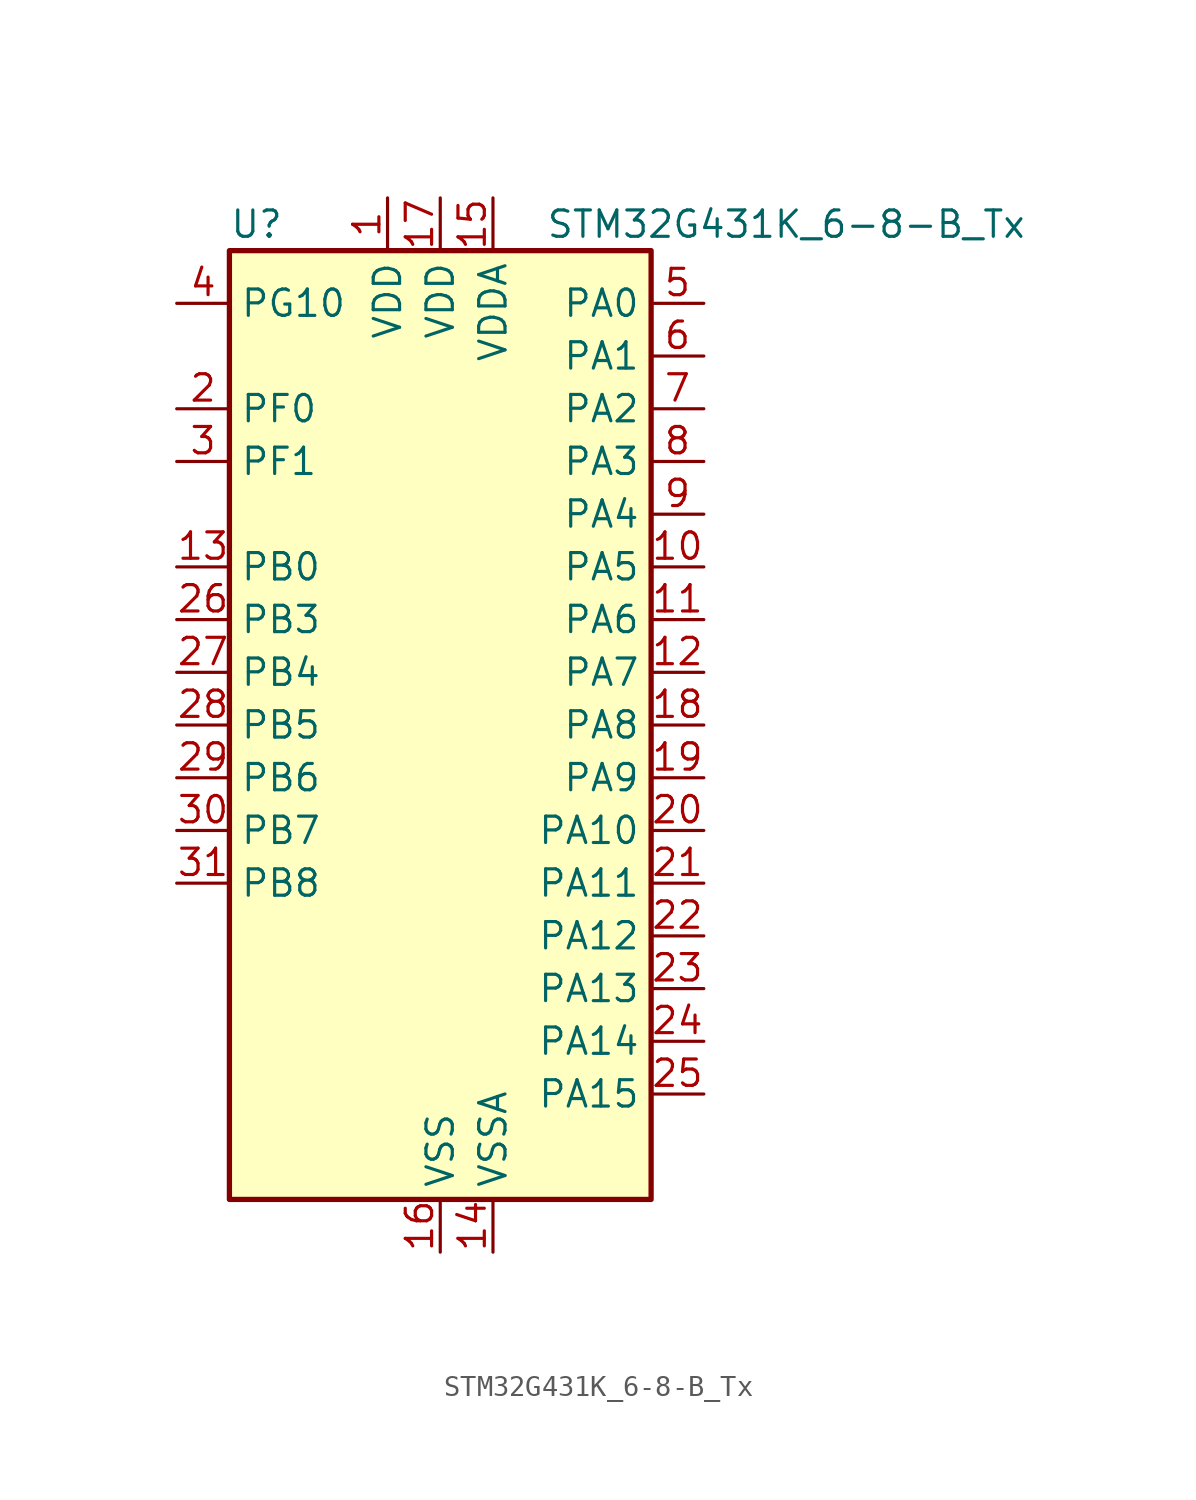
<source format=kicad_sym>
(kicad_symbol_lib
  (version 20220914)
  (generator kicad_symbol_editor)
  (symbol "STM32G431K_6-8-B_Tx"
    (property "Reference" "U"
      (at -10.16 24.13 0)
      (effects (font (size 1.27 1.27)) (justify left)))
    (property "Value" "STM32G431K_6-8-B_Tx"
      (at 5.08 24.13 0)
      (effects (font (size 1.27 1.27)) (justify left)))
    (property "ki_locked" ""
      (at 0 0 0)
      (effects (font (size 1.27 1.27))))
    (symbol "STM32G431K_6-8-B_Tx_0_1"
      (rectangle (start -10.16 -22.86) (end 10.16 22.86) (stroke (width 0.254) (type default)) (fill (type background))))
    (symbol "STM32G431K_6-8-B_Tx_1_1"
      (pin power_in line (at -2.54 25.4 270) (length 2.54) (name "VDD" (effects (font (size 1.27 1.27)))) (number "1" (effects (font (size 1.27 1.27)))))
      (pin bidirectional line (at 12.7 7.62 180) (length 2.54) (name "PA5" (effects (font (size 1.27 1.27)))) (number "10" (effects (font (size 1.27 1.27)))) (alternate "ADC2_IN13" bidirectional line) (alternate "COMP2_INM" bidirectional line) (alternate "DAC1_OUT2" bidirectional line) (alternate "OPAMP2_VINM" bidirectional line) (alternate "OPAMP2_VINM0" bidirectional line) (alternate "OPAMP2_VINM_SEC" bidirectional line) (alternate "SPI1_SCK" bidirectional line) (alternate "TIM2_CH1" bidirectional line) (alternate "TIM2_ETR" bidirectional line) (alternate "UCPD1_FRSTX1" bidirectional line) (alternate "UCPD1_FRSTX2" bidirectional line))
      (pin bidirectional line (at 12.7 5.08 180) (length 2.54) (name "PA6" (effects (font (size 1.27 1.27)))) (number "11" (effects (font (size 1.27 1.27)))) (alternate "ADC2_IN3" bidirectional line) (alternate "COMP1_OUT" bidirectional line) (alternate "LPUART1_CTS" bidirectional line) (alternate "OPAMP2_VOUT" bidirectional line) (alternate "SPI1_MISO" bidirectional line) (alternate "TIM16_CH1" bidirectional line) (alternate "TIM1_BKIN" bidirectional line) (alternate "TIM3_CH1" bidirectional line) (alternate "TIM8_BKIN" bidirectional line))
      (pin bidirectional line (at 12.7 2.54 180) (length 2.54) (name "PA7" (effects (font (size 1.27 1.27)))) (number "12" (effects (font (size 1.27 1.27)))) (alternate "ADC2_IN4" bidirectional line) (alternate "COMP2_INP" bidirectional line) (alternate "COMP2_OUT" bidirectional line) (alternate "OPAMP1_VINP" bidirectional line) (alternate "OPAMP1_VINP_SEC" bidirectional line) (alternate "OPAMP2_VINP" bidirectional line) (alternate "OPAMP2_VINP_SEC" bidirectional line) (alternate "SPI1_MOSI" bidirectional line) (alternate "TIM17_CH1" bidirectional line) (alternate "TIM1_CH1N" bidirectional line) (alternate "TIM3_CH2" bidirectional line) (alternate "TIM8_CH1N" bidirectional line) (alternate "UCPD1_FRSTX1" bidirectional line) (alternate "UCPD1_FRSTX2" bidirectional line))
      (pin bidirectional line (at -12.7 7.62 0) (length 2.54) (name "PB0" (effects (font (size 1.27 1.27)))) (number "13" (effects (font (size 1.27 1.27)))) (alternate "ADC1_IN15" bidirectional line) (alternate "COMP4_INP" bidirectional line) (alternate "OPAMP2_VINP" bidirectional line) (alternate "OPAMP2_VINP_SEC" bidirectional line) (alternate "OPAMP3_VINP" bidirectional line) (alternate "OPAMP3_VINP_SEC" bidirectional line) (alternate "TIM1_CH2N" bidirectional line) (alternate "TIM3_CH3" bidirectional line) (alternate "TIM8_CH2N" bidirectional line) (alternate "UCPD1_FRSTX1" bidirectional line) (alternate "UCPD1_FRSTX2" bidirectional line))
      (pin power_in line (at 2.54 -25.4 90) (length 2.54) (name "VSSA" (effects (font (size 1.27 1.27)))) (number "14" (effects (font (size 1.27 1.27)))))
      (pin power_in line (at 2.54 25.4 270) (length 2.54) (name "VDDA" (effects (font (size 1.27 1.27)))) (number "15" (effects (font (size 1.27 1.27)))))
      (pin power_in line (at 0 -25.4 90) (length 2.54) (name "VSS" (effects (font (size 1.27 1.27)))) (number "16" (effects (font (size 1.27 1.27)))))
      (pin power_in line (at 0 25.4 270) (length 2.54) (name "VDD" (effects (font (size 1.27 1.27)))) (number "17" (effects (font (size 1.27 1.27)))))
      (pin bidirectional line (at 12.7 0 180) (length 2.54) (name "PA8" (effects (font (size 1.27 1.27)))) (number "18" (effects (font (size 1.27 1.27)))) (alternate "I2C2_SDA" bidirectional line) (alternate "I2C3_SCL" bidirectional line) (alternate "I2S2_MCK" bidirectional line) (alternate "RCC_MCO" bidirectional line) (alternate "SAI1_CK2" bidirectional line) (alternate "SAI1_SCK_A" bidirectional line) (alternate "TIM1_CH1" bidirectional line) (alternate "TIM4_ETR" bidirectional line) (alternate "USART1_CK" bidirectional line))
      (pin bidirectional line (at 12.7 -2.54 180) (length 2.54) (name "PA9" (effects (font (size 1.27 1.27)))) (number "19" (effects (font (size 1.27 1.27)))) (alternate "DAC1_EXTI9" bidirectional line) (alternate "DAC3_EXTI9" bidirectional line) (alternate "I2C2_SCL" bidirectional line) (alternate "I2C3_SMBA" bidirectional line) (alternate "I2S3_MCK" bidirectional line) (alternate "SAI1_FS_A" bidirectional line) (alternate "TIM15_BKIN" bidirectional line) (alternate "TIM1_CH2" bidirectional line) (alternate "TIM2_CH3" bidirectional line) (alternate "UCPD1_DBCC1" bidirectional line) (alternate "USART1_TX" bidirectional line))
      (pin bidirectional line (at -12.7 15.24 0) (length 2.54) (name "PF0" (effects (font (size 1.27 1.27)))) (number "2" (effects (font (size 1.27 1.27)))) (alternate "ADC1_IN10" bidirectional line) (alternate "I2C2_SDA" bidirectional line) (alternate "I2S2_WS" bidirectional line) (alternate "RCC_OSC_IN" bidirectional line) (alternate "SPI2_NSS" bidirectional line) (alternate "TIM1_CH3N" bidirectional line))
      (pin bidirectional line (at 12.7 -5.08 180) (length 2.54) (name "PA10" (effects (font (size 1.27 1.27)))) (number "20" (effects (font (size 1.27 1.27)))) (alternate "CRS_SYNC" bidirectional line) (alternate "DAC1_EXTI10" bidirectional line) (alternate "DAC3_EXTI10" bidirectional line) (alternate "I2C2_SMBA" bidirectional line) (alternate "SAI1_D1" bidirectional line) (alternate "SAI1_SD_A" bidirectional line) (alternate "SPI2_MISO" bidirectional line) (alternate "TIM17_BKIN" bidirectional line) (alternate "TIM1_CH3" bidirectional line) (alternate "TIM2_CH4" bidirectional line) (alternate "TIM8_BKIN" bidirectional line) (alternate "UCPD1_DBCC2" bidirectional line) (alternate "USART1_RX" bidirectional line))
      (pin bidirectional line (at 12.7 -7.62 180) (length 2.54) (name "PA11" (effects (font (size 1.27 1.27)))) (number "21" (effects (font (size 1.27 1.27)))) (alternate "ADC1_EXTI11" bidirectional line) (alternate "ADC2_EXTI11" bidirectional line) (alternate "COMP1_OUT" bidirectional line) (alternate "FDCAN1_RX" bidirectional line) (alternate "I2S2_SD" bidirectional line) (alternate "SPI2_MOSI" bidirectional line) (alternate "TIM1_BKIN2" bidirectional line) (alternate "TIM1_CH1N" bidirectional line) (alternate "TIM1_CH4" bidirectional line) (alternate "TIM4_CH1" bidirectional line) (alternate "USART1_CTS" bidirectional line) (alternate "USART1_NSS" bidirectional line) (alternate "USB_DM" bidirectional line))
      (pin bidirectional line (at 12.7 -10.16 180) (length 2.54) (name "PA12" (effects (font (size 1.27 1.27)))) (number "22" (effects (font (size 1.27 1.27)))) (alternate "COMP2_OUT" bidirectional line) (alternate "FDCAN1_TX" bidirectional line) (alternate "I2S_CKIN" bidirectional line) (alternate "TIM16_CH1" bidirectional line) (alternate "TIM1_CH2N" bidirectional line) (alternate "TIM1_ETR" bidirectional line) (alternate "TIM4_CH2" bidirectional line) (alternate "USART1_DE" bidirectional line) (alternate "USART1_RTS" bidirectional line) (alternate "USB_DP" bidirectional line))
      (pin bidirectional line (at 12.7 -12.7 180) (length 2.54) (name "PA13" (effects (font (size 1.27 1.27)))) (number "23" (effects (font (size 1.27 1.27)))) (alternate "I2C1_SCL" bidirectional line) (alternate "IR_OUT" bidirectional line) (alternate "SAI1_SD_B" bidirectional line) (alternate "SYS_JTMS-SWDIO" bidirectional line) (alternate "TIM16_CH1N" bidirectional line) (alternate "TIM4_CH3" bidirectional line))
      (pin bidirectional line (at 12.7 -15.24 180) (length 2.54) (name "PA14" (effects (font (size 1.27 1.27)))) (number "24" (effects (font (size 1.27 1.27)))) (alternate "I2C1_SDA" bidirectional line) (alternate "LPTIM1_OUT" bidirectional line) (alternate "SAI1_FS_B" bidirectional line) (alternate "SYS_JTCK-SWCLK" bidirectional line) (alternate "TIM1_BKIN" bidirectional line) (alternate "TIM8_CH2" bidirectional line) (alternate "USART2_TX" bidirectional line))
      (pin bidirectional line (at 12.7 -17.78 180) (length 2.54) (name "PA15" (effects (font (size 1.27 1.27)))) (number "25" (effects (font (size 1.27 1.27)))) (alternate "ADC1_EXTI15" bidirectional line) (alternate "ADC2_EXTI15" bidirectional line) (alternate "I2C1_SCL" bidirectional line) (alternate "I2S3_WS" bidirectional line) (alternate "SPI1_NSS" bidirectional line) (alternate "SPI3_NSS" bidirectional line) (alternate "SYS_JTDI" bidirectional line) (alternate "TIM1_BKIN" bidirectional line) (alternate "TIM2_CH1" bidirectional line) (alternate "TIM2_ETR" bidirectional line) (alternate "TIM8_CH1" bidirectional line) (alternate "USART2_RX" bidirectional line))
      (pin bidirectional line (at -12.7 5.08 0) (length 2.54) (name "PB3" (effects (font (size 1.27 1.27)))) (number "26" (effects (font (size 1.27 1.27)))) (alternate "CRS_SYNC" bidirectional line) (alternate "I2S3_CK" bidirectional line) (alternate "SAI1_SCK_B" bidirectional line) (alternate "SPI1_SCK" bidirectional line) (alternate "SPI3_SCK" bidirectional line) (alternate "SYS_JTDO-SWO" bidirectional line) (alternate "TIM2_CH2" bidirectional line) (alternate "TIM3_ETR" bidirectional line) (alternate "TIM4_ETR" bidirectional line) (alternate "TIM8_CH1N" bidirectional line) (alternate "USART2_TX" bidirectional line))
      (pin bidirectional line (at -12.7 2.54 0) (length 2.54) (name "PB4" (effects (font (size 1.27 1.27)))) (number "27" (effects (font (size 1.27 1.27)))) (alternate "SAI1_MCLK_B" bidirectional line) (alternate "SPI1_MISO" bidirectional line) (alternate "SPI3_MISO" bidirectional line) (alternate "SYS_JTRST" bidirectional line) (alternate "TIM16_CH1" bidirectional line) (alternate "TIM17_BKIN" bidirectional line) (alternate "TIM3_CH1" bidirectional line) (alternate "TIM8_CH2N" bidirectional line) (alternate "UCPD1_CC2" bidirectional line) (alternate "USART2_RX" bidirectional line))
      (pin bidirectional line (at -12.7 0 0) (length 2.54) (name "PB5" (effects (font (size 1.27 1.27)))) (number "28" (effects (font (size 1.27 1.27)))) (alternate "I2C1_SMBA" bidirectional line) (alternate "I2C3_SDA" bidirectional line) (alternate "I2S3_SD" bidirectional line) (alternate "LPTIM1_IN1" bidirectional line) (alternate "SAI1_SD_B" bidirectional line) (alternate "SPI1_MOSI" bidirectional line) (alternate "SPI3_MOSI" bidirectional line) (alternate "TIM16_BKIN" bidirectional line) (alternate "TIM17_CH1" bidirectional line) (alternate "TIM3_CH2" bidirectional line) (alternate "TIM8_CH3N" bidirectional line) (alternate "USART2_CK" bidirectional line))
      (pin bidirectional line (at -12.7 -2.54 0) (length 2.54) (name "PB6" (effects (font (size 1.27 1.27)))) (number "29" (effects (font (size 1.27 1.27)))) (alternate "COMP4_OUT" bidirectional line) (alternate "LPTIM1_ETR" bidirectional line) (alternate "SAI1_FS_B" bidirectional line) (alternate "TIM16_CH1N" bidirectional line) (alternate "TIM4_CH1" bidirectional line) (alternate "TIM8_BKIN2" bidirectional line) (alternate "TIM8_CH1" bidirectional line) (alternate "TIM8_ETR" bidirectional line) (alternate "UCPD1_CC1" bidirectional line) (alternate "USART1_TX" bidirectional line))
      (pin bidirectional line (at -12.7 12.7 0) (length 2.54) (name "PF1" (effects (font (size 1.27 1.27)))) (number "3" (effects (font (size 1.27 1.27)))) (alternate "ADC2_IN10" bidirectional line) (alternate "COMP3_INM" bidirectional line) (alternate "I2S2_CK" bidirectional line) (alternate "RCC_OSC_OUT" bidirectional line) (alternate "SPI2_SCK" bidirectional line))
      (pin bidirectional line (at -12.7 -5.08 0) (length 2.54) (name "PB7" (effects (font (size 1.27 1.27)))) (number "30" (effects (font (size 1.27 1.27)))) (alternate "COMP3_OUT" bidirectional line) (alternate "I2C1_SDA" bidirectional line) (alternate "LPTIM1_IN2" bidirectional line) (alternate "SYS_PVD_IN" bidirectional line) (alternate "TIM17_CH1N" bidirectional line) (alternate "TIM3_CH4" bidirectional line) (alternate "TIM4_CH2" bidirectional line) (alternate "TIM8_BKIN" bidirectional line) (alternate "USART1_RX" bidirectional line))
      (pin bidirectional line (at -12.7 -7.62 0) (length 2.54) (name "PB8" (effects (font (size 1.27 1.27)))) (number "31" (effects (font (size 1.27 1.27)))) (alternate "COMP1_OUT" bidirectional line) (alternate "FDCAN1_RX" bidirectional line) (alternate "I2C1_SCL" bidirectional line) (alternate "SAI1_CK1" bidirectional line) (alternate "SAI1_MCLK_A" bidirectional line) (alternate "TIM16_CH1" bidirectional line) (alternate "TIM1_BKIN" bidirectional line) (alternate "TIM4_CH3" bidirectional line) (alternate "TIM8_CH2" bidirectional line))
      (pin passive line (at 0 -25.4 90) (length 2.54) hide (name "VSS" (effects (font (size 1.27 1.27)))) (number "32" (effects (font (size 1.27 1.27)))))
      (pin bidirectional line (at -12.7 20.32 0) (length 2.54) (name "PG10" (effects (font (size 1.27 1.27)))) (number "4" (effects (font (size 1.27 1.27)))) (alternate "DAC1_EXTI10" bidirectional line) (alternate "DAC3_EXTI10" bidirectional line) (alternate "RCC_MCO" bidirectional line))
      (pin bidirectional line (at 12.7 20.32 180) (length 2.54) (name "PA0" (effects (font (size 1.27 1.27)))) (number "5" (effects (font (size 1.27 1.27)))) (alternate "ADC1_IN1" bidirectional line) (alternate "ADC2_IN1" bidirectional line) (alternate "COMP1_INM" bidirectional line) (alternate "COMP1_OUT" bidirectional line) (alternate "COMP3_INP" bidirectional line) (alternate "RTC_TAMP2" bidirectional line) (alternate "SYS_WKUP1" bidirectional line) (alternate "TIM2_CH1" bidirectional line) (alternate "TIM2_ETR" bidirectional line) (alternate "TIM8_BKIN" bidirectional line) (alternate "TIM8_ETR" bidirectional line) (alternate "USART2_CTS" bidirectional line) (alternate "USART2_NSS" bidirectional line))
      (pin bidirectional line (at 12.7 17.78 180) (length 2.54) (name "PA1" (effects (font (size 1.27 1.27)))) (number "6" (effects (font (size 1.27 1.27)))) (alternate "ADC1_IN2" bidirectional line) (alternate "ADC2_IN2" bidirectional line) (alternate "COMP1_INP" bidirectional line) (alternate "OPAMP1_VINP" bidirectional line) (alternate "OPAMP1_VINP_SEC" bidirectional line) (alternate "OPAMP3_VINP" bidirectional line) (alternate "OPAMP3_VINP_SEC" bidirectional line) (alternate "RTC_REFIN" bidirectional line) (alternate "TIM15_CH1N" bidirectional line) (alternate "TIM2_CH2" bidirectional line) (alternate "USART2_DE" bidirectional line) (alternate "USART2_RTS" bidirectional line))
      (pin bidirectional line (at 12.7 15.24 180) (length 2.54) (name "PA2" (effects (font (size 1.27 1.27)))) (number "7" (effects (font (size 1.27 1.27)))) (alternate "ADC1_IN3" bidirectional line) (alternate "COMP2_INM" bidirectional line) (alternate "COMP2_OUT" bidirectional line) (alternate "LPUART1_TX" bidirectional line) (alternate "OPAMP1_VOUT" bidirectional line) (alternate "RCC_LSCO" bidirectional line) (alternate "SYS_WKUP4" bidirectional line) (alternate "TIM15_CH1" bidirectional line) (alternate "TIM2_CH3" bidirectional line) (alternate "UCPD1_FRSTX1" bidirectional line) (alternate "UCPD1_FRSTX2" bidirectional line) (alternate "USART2_TX" bidirectional line))
      (pin bidirectional line (at 12.7 12.7 180) (length 2.54) (name "PA3" (effects (font (size 1.27 1.27)))) (number "8" (effects (font (size 1.27 1.27)))) (alternate "ADC1_IN4" bidirectional line) (alternate "COMP2_INP" bidirectional line) (alternate "LPUART1_RX" bidirectional line) (alternate "OPAMP1_VINM" bidirectional line) (alternate "OPAMP1_VINM0" bidirectional line) (alternate "OPAMP1_VINM_SEC" bidirectional line) (alternate "OPAMP1_VINP" bidirectional line) (alternate "OPAMP1_VINP_SEC" bidirectional line) (alternate "SAI1_CK1" bidirectional line) (alternate "SAI1_MCLK_A" bidirectional line) (alternate "TIM15_CH2" bidirectional line) (alternate "TIM2_CH4" bidirectional line) (alternate "USART2_RX" bidirectional line))
      (pin bidirectional line (at 12.7 10.16 180) (length 2.54) (name "PA4" (effects (font (size 1.27 1.27)))) (number "9" (effects (font (size 1.27 1.27)))) (alternate "ADC2_IN17" bidirectional line) (alternate "COMP1_INM" bidirectional line) (alternate "DAC1_OUT1" bidirectional line) (alternate "I2S3_WS" bidirectional line) (alternate "SAI1_FS_B" bidirectional line) (alternate "SPI1_NSS" bidirectional line) (alternate "SPI3_NSS" bidirectional line) (alternate "TIM3_CH2" bidirectional line) (alternate "USART2_CK" bidirectional line)))))
</source>
